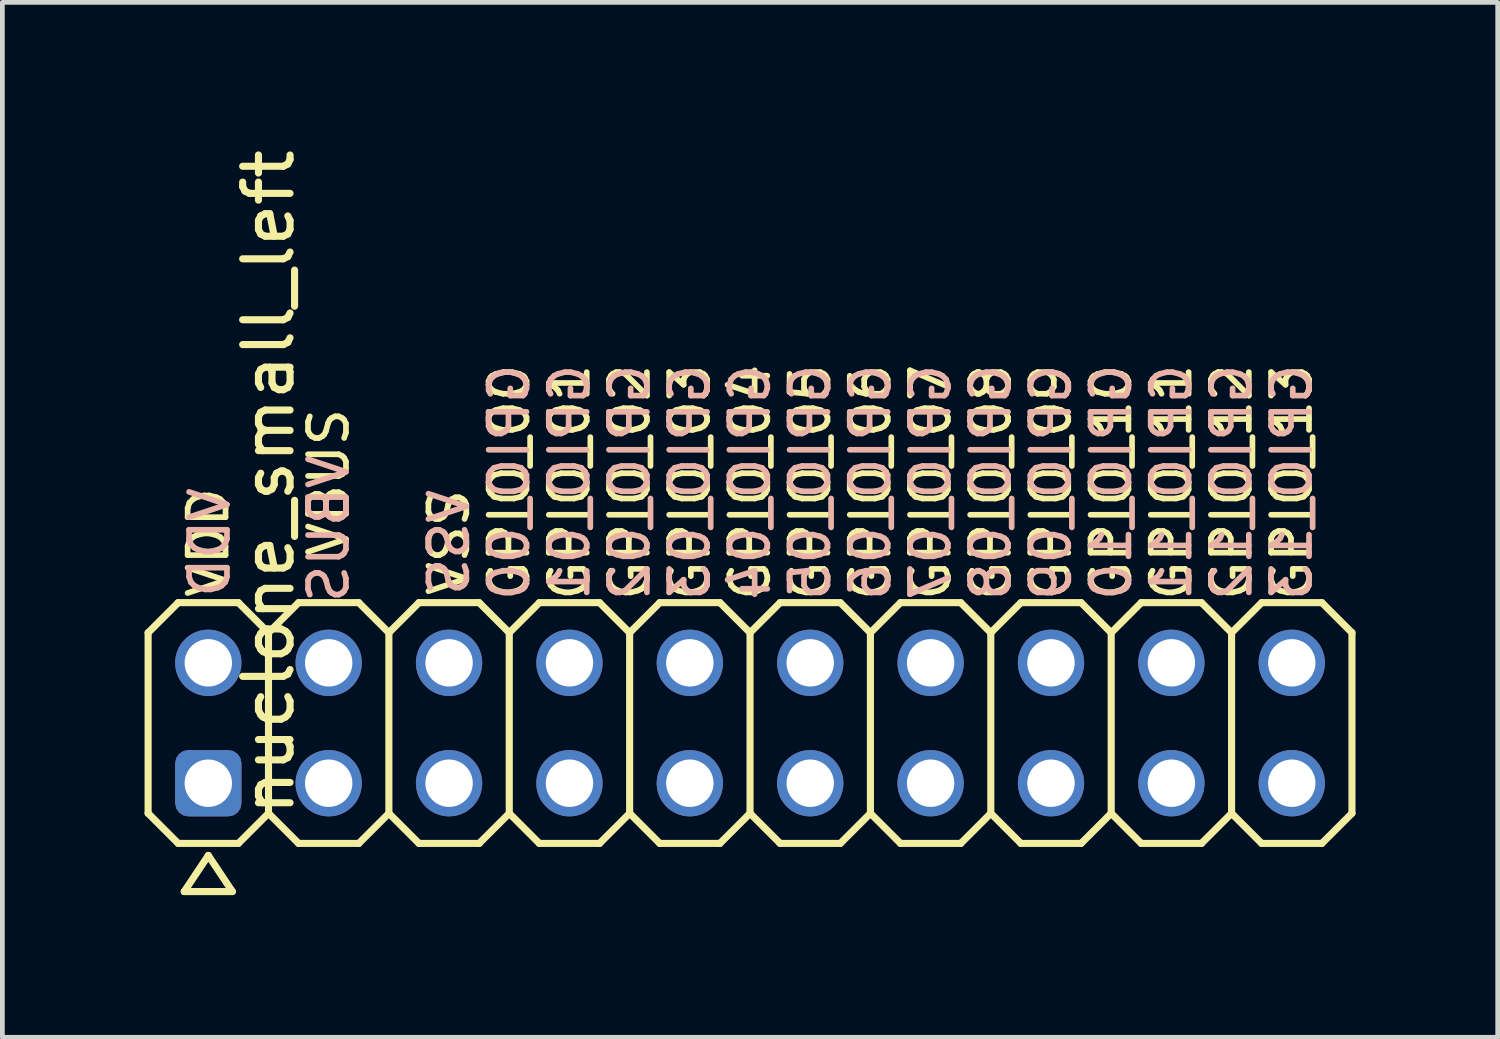
<source format=kicad_pcb>
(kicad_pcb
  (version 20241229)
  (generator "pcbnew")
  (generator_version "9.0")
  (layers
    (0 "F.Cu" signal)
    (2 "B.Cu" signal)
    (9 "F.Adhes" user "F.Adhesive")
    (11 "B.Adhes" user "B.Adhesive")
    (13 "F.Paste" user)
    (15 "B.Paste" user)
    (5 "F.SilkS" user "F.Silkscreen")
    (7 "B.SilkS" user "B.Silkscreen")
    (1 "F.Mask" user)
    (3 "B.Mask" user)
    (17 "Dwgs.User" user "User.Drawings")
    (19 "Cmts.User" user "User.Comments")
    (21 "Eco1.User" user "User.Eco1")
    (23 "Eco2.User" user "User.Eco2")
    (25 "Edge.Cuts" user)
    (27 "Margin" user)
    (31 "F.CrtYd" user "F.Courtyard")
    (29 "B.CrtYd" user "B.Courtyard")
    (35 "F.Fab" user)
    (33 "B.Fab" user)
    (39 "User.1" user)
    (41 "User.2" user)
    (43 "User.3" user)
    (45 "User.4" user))
  (footprint "nuclone_small_left"
    (layer "F.Cu")
    (at 12.775 12.205)
    (property "Reference" "nuclone_small_left" (at -10.16 -5.08 90) (layer "F.SilkS") (effects (font (size 1 1) (thickness 0.15))))
    (attr through_hole exclude_from_pos_files exclude_from_bom)
    (fp_line (start -12.7 -1.905) (end -12.065 -2.54) (stroke (width 0.15) (type solid)) (layer "F.SilkS"))
    (fp_line (start -12.7 1.905) (end -12.7 -1.905) (stroke (width 0.15) (type solid)) (layer "F.SilkS"))
    (fp_line (start -12.7 1.905) (end -12.065 2.54) (stroke (width 0.15) (type solid)) (layer "F.SilkS"))
    (fp_line (start -12.065 -2.54) (end -10.795 -2.54) (stroke (width 0.15) (type solid)) (layer "F.SilkS"))
    (fp_line (start -12.065 2.54) (end -10.795 2.54) (stroke (width 0.15) (type solid)) (layer "F.SilkS"))
    (fp_line (start -11.938 3.556) (end -10.922 3.556) (stroke (width 0.15) (type solid)) (layer "F.SilkS"))
    (fp_line (start -11.43 2.794) (end -11.938 3.556) (stroke (width 0.15) (type solid)) (layer "F.SilkS"))
    (fp_line (start -10.922 3.556) (end -11.43 2.794) (stroke (width 0.15) (type solid)) (layer "F.SilkS"))
    (fp_line (start -10.795 -2.54) (end -10.16 -1.905) (stroke (width 0.15) (type solid)) (layer "F.SilkS"))
    (fp_line (start -10.795 2.54) (end -10.16 1.905) (stroke (width 0.15) (type solid)) (layer "F.SilkS"))
    (fp_line (start -10.16 -1.905) (end -10.16 1.905) (stroke (width 0.15) (type solid)) (layer "F.SilkS"))
    (fp_line (start -10.16 -1.905) (end -9.525 -2.54) (stroke (width 0.15) (type solid)) (layer "F.SilkS"))
    (fp_line (start -10.16 1.905) (end -9.525 2.54) (stroke (width 0.15) (type solid)) (layer "F.SilkS"))
    (fp_line (start -9.525 -2.54) (end -8.255 -2.54) (stroke (width 0.15) (type solid)) (layer "F.SilkS"))
    (fp_line (start -9.525 2.54) (end -8.255 2.54) (stroke (width 0.15) (type solid)) (layer "F.SilkS"))
    (fp_line (start -8.255 -2.54) (end -7.62 -1.905) (stroke (width 0.15) (type solid)) (layer "F.SilkS"))
    (fp_line (start -8.255 2.54) (end -7.62 1.905) (stroke (width 0.15) (type solid)) (layer "F.SilkS"))
    (fp_line (start -7.62 -1.905) (end -7.62 1.905) (stroke (width 0.15) (type solid)) (layer "F.SilkS"))
    (fp_line (start -7.62 -1.905) (end -6.985 -2.54) (stroke (width 0.15) (type solid)) (layer "F.SilkS"))
    (fp_line (start -7.62 1.905) (end -6.985 2.54) (stroke (width 0.15) (type solid)) (layer "F.SilkS"))
    (fp_line (start -6.985 -2.54) (end -5.715 -2.54) (stroke (width 0.15) (type solid)) (layer "F.SilkS"))
    (fp_line (start -6.985 2.54) (end -5.715 2.54) (stroke (width 0.15) (type solid)) (layer "F.SilkS"))
    (fp_line (start -5.715 -2.54) (end -5.08 -1.905) (stroke (width 0.15) (type solid)) (layer "F.SilkS"))
    (fp_line (start -5.715 2.54) (end -5.08 1.905) (stroke (width 0.15) (type solid)) (layer "F.SilkS"))
    (fp_line (start -5.08 -1.905) (end -5.08 1.905) (stroke (width 0.15) (type solid)) (layer "F.SilkS"))
    (fp_line (start -5.08 -1.905) (end -4.445 -2.54) (stroke (width 0.15) (type solid)) (layer "F.SilkS"))
    (fp_line (start -5.08 1.905) (end -4.445 2.54) (stroke (width 0.15) (type solid)) (layer "F.SilkS"))
    (fp_line (start -4.445 -2.54) (end -3.175 -2.54) (stroke (width 0.15) (type solid)) (layer "F.SilkS"))
    (fp_line (start -4.445 2.54) (end -3.175 2.54) (stroke (width 0.15) (type solid)) (layer "F.SilkS"))
    (fp_line (start -3.175 -2.54) (end -2.54 -1.905) (stroke (width 0.15) (type solid)) (layer "F.SilkS"))
    (fp_line (start -3.175 2.54) (end -2.54 1.905) (stroke (width 0.15) (type solid)) (layer "F.SilkS"))
    (fp_line (start -2.54 -1.905) (end -2.54 1.905) (stroke (width 0.15) (type solid)) (layer "F.SilkS"))
    (fp_line (start -2.54 -1.905) (end -1.905 -2.54) (stroke (width 0.15) (type solid)) (layer "F.SilkS"))
    (fp_line (start -2.54 1.905) (end -1.905 2.54) (stroke (width 0.15) (type solid)) (layer "F.SilkS"))
    (fp_line (start -1.905 -2.54) (end -0.635 -2.54) (stroke (width 0.15) (type solid)) (layer "F.SilkS"))
    (fp_line (start -1.905 2.54) (end -0.635 2.54) (stroke (width 0.15) (type solid)) (layer "F.SilkS"))
    (fp_line (start -0.635 -2.54) (end 0 -1.905) (stroke (width 0.15) (type solid)) (layer "F.SilkS"))
    (fp_line (start -0.635 2.54) (end 0 1.905) (stroke (width 0.15) (type solid)) (layer "F.SilkS"))
    (fp_line (start 0 -1.905) (end 0 1.905) (stroke (width 0.15) (type solid)) (layer "F.SilkS"))
    (fp_line (start 0 -1.905) (end 0.635 -2.54) (stroke (width 0.15) (type solid)) (layer "F.SilkS"))
    (fp_line (start 0 1.905) (end 0.635 2.54) (stroke (width 0.15) (type solid)) (layer "F.SilkS"))
    (fp_line (start 0.635 -2.54) (end 1.905 -2.54) (stroke (width 0.15) (type solid)) (layer "F.SilkS"))
    (fp_line (start 0.635 2.54) (end 1.905 2.54) (stroke (width 0.15) (type solid)) (layer "F.SilkS"))
    (fp_line (start 1.905 -2.54) (end 2.54 -1.905) (stroke (width 0.15) (type solid)) (layer "F.SilkS"))
    (fp_line (start 1.905 2.54) (end 2.54 1.905) (stroke (width 0.15) (type solid)) (layer "F.SilkS"))
    (fp_line (start 2.54 -1.905) (end 2.54 1.905) (stroke (width 0.15) (type solid)) (layer "F.SilkS"))
    (fp_line (start 2.54 -1.905) (end 3.175 -2.54) (stroke (width 0.15) (type solid)) (layer "F.SilkS"))
    (fp_line (start 2.54 1.905) (end 3.175 2.54) (stroke (width 0.15) (type solid)) (layer "F.SilkS"))
    (fp_line (start 3.175 -2.54) (end 4.445 -2.54) (stroke (width 0.15) (type solid)) (layer "F.SilkS"))
    (fp_line (start 3.175 2.54) (end 4.445 2.54) (stroke (width 0.15) (type solid)) (layer "F.SilkS"))
    (fp_line (start 4.445 -2.54) (end 5.08 -1.905) (stroke (width 0.15) (type solid)) (layer "F.SilkS"))
    (fp_line (start 5.08 -1.905) (end 5.08 1.905) (stroke (width 0.15) (type solid)) (layer "F.SilkS"))
    (fp_line (start 5.08 -1.905) (end 5.715 -2.54) (stroke (width 0.15) (type solid)) (layer "F.SilkS"))
    (fp_line (start 5.08 1.905) (end 4.445 2.54) (stroke (width 0.15) (type solid)) (layer "F.SilkS"))
    (fp_line (start 5.08 1.905) (end 5.715 2.54) (stroke (width 0.15) (type solid)) (layer "F.SilkS"))
    (fp_line (start 5.715 -2.54) (end 6.985 -2.54) (stroke (width 0.15) (type solid)) (layer "F.SilkS"))
    (fp_line (start 5.715 2.54) (end 6.985 2.54) (stroke (width 0.15) (type solid)) (layer "F.SilkS"))
    (fp_line (start 6.985 -2.54) (end 7.62 -1.905) (stroke (width 0.15) (type solid)) (layer "F.SilkS"))
    (fp_line (start 7.62 -1.905) (end 7.62 1.905) (stroke (width 0.15) (type solid)) (layer "F.SilkS"))
    (fp_line (start 7.62 -1.905) (end 8.255 -2.54) (stroke (width 0.15) (type solid)) (layer "F.SilkS"))
    (fp_line (start 7.62 1.905) (end 6.985 2.54) (stroke (width 0.15) (type solid)) (layer "F.SilkS"))
    (fp_line (start 7.62 1.905) (end 8.255 2.54) (stroke (width 0.15) (type solid)) (layer "F.SilkS"))
    (fp_line (start 8.255 -2.54) (end 9.525 -2.54) (stroke (width 0.15) (type solid)) (layer "F.SilkS"))
    (fp_line (start 8.255 2.54) (end 9.525 2.54) (stroke (width 0.15) (type solid)) (layer "F.SilkS"))
    (fp_line (start 9.525 -2.54) (end 10.16 -1.905) (stroke (width 0.15) (type solid)) (layer "F.SilkS"))
    (fp_line (start 10.16 -1.905) (end 10.16 1.905) (stroke (width 0.15) (type solid)) (layer "F.SilkS"))
    (fp_line (start 10.16 -1.905) (end 10.795 -2.54) (stroke (width 0.15) (type solid)) (layer "F.SilkS"))
    (fp_line (start 10.16 1.905) (end 9.525 2.54) (stroke (width 0.15) (type solid)) (layer "F.SilkS"))
    (fp_line (start 10.16 1.905) (end 10.795 2.54) (stroke (width 0.15) (type solid)) (layer "F.SilkS"))
    (fp_line (start 10.795 -2.54) (end 12.065 -2.54) (stroke (width 0.15) (type solid)) (layer "F.SilkS"))
    (fp_line (start 10.795 2.54) (end 12.065 2.54) (stroke (width 0.15) (type solid)) (layer "F.SilkS"))
    (fp_line (start 12.065 -2.54) (end 12.7 -1.905) (stroke (width 0.15) (type solid)) (layer "F.SilkS"))
    (fp_line (start 12.7 -1.905) (end 12.7 1.905) (stroke (width 0.15) (type solid)) (layer "F.SilkS"))
    (fp_line (start 12.7 1.905) (end 12.065 2.54) (stroke (width 0.15) (type solid)) (layer "F.SilkS"))
    (fp_text user "GPIO_13" (at 11.43 -5.08 90) (layer "F.SilkS") (effects (font (size 0.8 0.8) (thickness 0.12))))
    (fp_text user "GPIO_08" (at 5.08 -5.08 90) (layer "F.SilkS") (effects (font (size 0.8 0.8) (thickness 0.12))))
    (fp_text user "VSS" (at -6.35 -3.81 90) (layer "F.SilkS") (effects (font (size 0.8 0.8) (thickness 0.12))))
    (fp_text user "GPIO_06" (at 2.54 -5.08 90) (layer "F.SilkS") (effects (font (size 0.8 0.8) (thickness 0.12))))
    (fp_text user "GPIO_09" (at 6.35 -5.08 90) (layer "F.SilkS") (effects (font (size 0.8 0.8) (thickness 0.12))))
    (fp_text user "GPIO_00" (at -5.08 -5.08 90) (layer "F.SilkS") (effects (font (size 0.8 0.8) (thickness 0.12))))
    (fp_text user "GPIO_12" (at 10.16 -5.08 90) (layer "F.SilkS") (effects (font (size 0.8 0.8) (thickness 0.12))))
    (fp_text user "GPIO_04" (at 0 -5.08 90) (layer "F.SilkS") (effects (font (size 0.8 0.8) (thickness 0.12))))
    (fp_text user "GPIO_10" (at 7.62 -5.08 90) (layer "F.SilkS") (effects (font (size 0.8 0.8) (thickness 0.12))))
    (fp_text user "GPIO_02" (at -2.54 -5.08 90) (layer "F.SilkS") (effects (font (size 0.8 0.8) (thickness 0.12))))
    (fp_text user "GPIO_07" (at 3.81 -5.08 90) (layer "F.SilkS") (effects (font (size 0.8 0.8) (thickness 0.12))))
    (fp_text user "GPIO_01" (at -3.81 -5.08 90) (layer "F.SilkS") (effects (font (size 0.8 0.8) (thickness 0.12))))
    (fp_text user "VDD" (at -11.43 -3.81 90) (layer "F.SilkS") (effects (font (size 0.8 0.8) (thickness 0.12))))
    (fp_text user "GPIO_11" (at 8.89 -5.08 90) (layer "F.SilkS") (effects (font (size 0.8 0.8) (thickness 0.12))))
    (fp_text user "VBUS" (at -8.89 -5.08 90) (layer "F.SilkS") (effects (font (size 0.8 0.8) (thickness 0.12))))
    (fp_text user "GPIO_03" (at -1.27 -5.08 90) (layer "F.SilkS") (effects (font (size 0.8 0.8) (thickness 0.12))))
    (fp_text user "GPIO_05" (at 1.27 -5.08 90) (layer "F.SilkS") (effects (font (size 0.8 0.8) (thickness 0.12))))
    (fp_text user "GPIO_07" (at 3.81 -5.08 90) (layer "B.SilkS") (effects (font (size 0.8 0.8) (thickness 0.12)) (justify mirror)))
    (fp_text user "GPIO_08" (at 5.08 -5.08 90) (layer "B.SilkS") (effects (font (size 0.8 0.8) (thickness 0.12)) (justify mirror)))
    (fp_text user "GPIO_02" (at -2.54 -5.08 90) (layer "B.SilkS") (effects (font (size 0.8 0.8) (thickness 0.12)) (justify mirror)))
    (fp_text user "GPIO_01" (at -3.81 -5.08 90) (layer "B.SilkS") (effects (font (size 0.8 0.8) (thickness 0.12)) (justify mirror)))
    (fp_text user "VDD" (at -11.4 -3.81 90) (layer "B.SilkS") (effects (font (size 0.8 0.8) (thickness 0.12)) (justify mirror)))
    (fp_text user "GPIO_04" (at 0 -5.08 90) (layer "B.SilkS") (effects (font (size 0.8 0.8) (thickness 0.12)) (justify mirror)))
    (fp_text user "GPIO_00" (at -5.08 -5.08 90) (layer "B.SilkS") (effects (font (size 0.8 0.8) (thickness 0.12)) (justify mirror)))
    (fp_text user "GPIO_05" (at 1.27 -5.08 90) (layer "B.SilkS") (effects (font (size 0.8 0.8) (thickness 0.12)) (justify mirror)))
    (fp_text user "GPIO_03" (at -1.27 -5.08 90) (layer "B.SilkS") (effects (font (size 0.8 0.8) (thickness 0.12)) (justify mirror)))
    (fp_text user "GPIO_10" (at 7.62 -5.08 90) (layer "B.SilkS") (effects (font (size 0.8 0.8) (thickness 0.12)) (justify mirror)))
    (fp_text user "GPIO_06" (at 2.54 -5.08 90) (layer "B.SilkS") (effects (font (size 0.8 0.8) (thickness 0.12)) (justify mirror)))
    (fp_text user "VSS" (at -6.35 -3.81 90) (layer "B.SilkS") (effects (font (size 0.8 0.8) (thickness 0.12)) (justify mirror)))
    (fp_text user "GPIO_12" (at 10.16 -5.08 90) (layer "B.SilkS") (effects (font (size 0.8 0.8) (thickness 0.12)) (justify mirror)))
    (fp_text user "GPIO_11" (at 8.89 -5.08 90) (layer "B.SilkS") (effects (font (size 0.8 0.8) (thickness 0.12)) (justify mirror)))
    (fp_text user "GPIO_13" (at 11.43 -5.08 90) (layer "B.SilkS") (effects (font (size 0.8 0.8) (thickness 0.12)) (justify mirror)))
    (fp_text user "GPIO_09" (at 6.35 -5.08 90) (layer "B.SilkS") (effects (font (size 0.8 0.8) (thickness 0.12)) (justify mirror)))
    (fp_text user "VBUS" (at -8.89 -4.1 90) (layer "B.SilkS") (effects (font (size 0.8 0.8) (thickness 0.12)) (justify mirror)))
    (pad "1" thru_hole roundrect (at -11.43 1.27) (size 1.4 1.4) (drill 1) (layers "*.Cu" "*.Mask") (roundrect_rratio 0.2))
    (pad "2" thru_hole circle (at -11.43 -1.27) (size 1.4 1.4) (drill 1) (layers "*.Cu" "*.Mask"))
    (pad "3" thru_hole circle (at -8.89 1.27) (size 1.4 1.4) (drill 1) (layers "*.Cu" "*.Mask"))
    (pad "4" thru_hole circle (at -8.89 -1.27) (size 1.4 1.4) (drill 1) (layers "*.Cu" "*.Mask"))
    (pad "5" thru_hole circle (at -6.35 1.27) (size 1.4 1.4) (drill 1) (layers "*.Cu" "*.Mask"))
    (pad "6" thru_hole circle (at -6.35 -1.27) (size 1.4 1.4) (drill 1) (layers "*.Cu" "*.Mask"))
    (pad "7" thru_hole circle (at -3.81 1.27) (size 1.4 1.4) (drill 1) (layers "*.Cu" "*.Mask"))
    (pad "8" thru_hole circle (at -3.81 -1.27) (size 1.4 1.4) (drill 1) (layers "*.Cu" "*.Mask"))
    (pad "9" thru_hole circle (at -1.27 1.27) (size 1.4 1.4) (drill 1) (layers "*.Cu" "*.Mask"))
    (pad "10" thru_hole circle (at -1.27 -1.27) (size 1.4 1.4) (drill 1) (layers "*.Cu" "*.Mask"))
    (pad "11" thru_hole circle (at 1.27 1.27) (size 1.4 1.4) (drill 1) (layers "*.Cu" "*.Mask"))
    (pad "12" thru_hole circle (at 1.27 -1.27) (size 1.4 1.4) (drill 1) (layers "*.Cu" "*.Mask"))
    (pad "13" thru_hole circle (at 3.81 1.27) (size 1.4 1.4) (drill 1) (layers "*.Cu" "*.Mask"))
    (pad "14" thru_hole circle (at 3.81 -1.27) (size 1.4 1.4) (drill 1) (layers "*.Cu" "*.Mask"))
    (pad "15" thru_hole circle (at 6.35 1.27) (size 1.4 1.4) (drill 1) (layers "*.Cu" "*.Mask"))
    (pad "16" thru_hole circle (at 6.35 -1.27) (size 1.4 1.4) (drill 1) (layers "*.Cu" "*.Mask"))
    (pad "17" thru_hole circle (at 8.89 1.27) (size 1.4 1.4) (drill 1) (layers "*.Cu" "*.Mask"))
    (pad "18" thru_hole circle (at 8.89 -1.27) (size 1.4 1.4) (drill 1) (layers "*.Cu" "*.Mask"))
    (pad "19" thru_hole circle (at 11.43 1.27) (size 1.4 1.4) (drill 1) (layers "*.Cu" "*.Mask"))
    (pad "20" thru_hole circle (at 11.43 -1.27) (size 1.4 1.4) (drill 1) (layers "*.Cu" "*.Mask")))
  (gr_rect
    (start -3 -3)
    (end 28.55 18.836)
    (stroke (width 0.1) (type default))
    (fill no)
    (layer "Edge.Cuts")))
</source>
